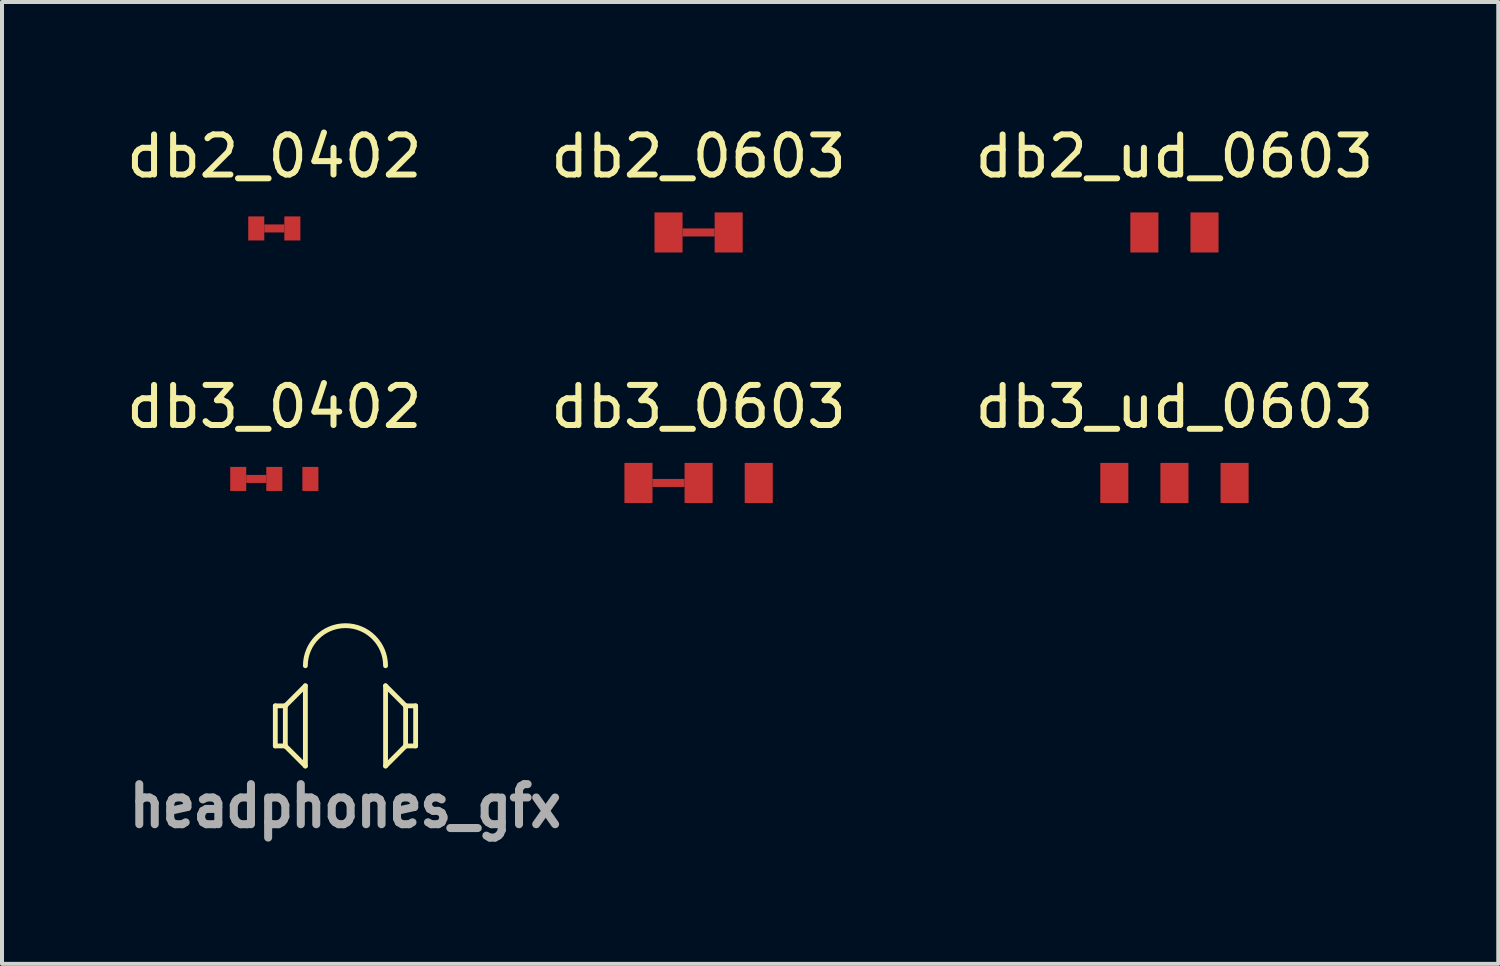
<source format=kicad_pcb>
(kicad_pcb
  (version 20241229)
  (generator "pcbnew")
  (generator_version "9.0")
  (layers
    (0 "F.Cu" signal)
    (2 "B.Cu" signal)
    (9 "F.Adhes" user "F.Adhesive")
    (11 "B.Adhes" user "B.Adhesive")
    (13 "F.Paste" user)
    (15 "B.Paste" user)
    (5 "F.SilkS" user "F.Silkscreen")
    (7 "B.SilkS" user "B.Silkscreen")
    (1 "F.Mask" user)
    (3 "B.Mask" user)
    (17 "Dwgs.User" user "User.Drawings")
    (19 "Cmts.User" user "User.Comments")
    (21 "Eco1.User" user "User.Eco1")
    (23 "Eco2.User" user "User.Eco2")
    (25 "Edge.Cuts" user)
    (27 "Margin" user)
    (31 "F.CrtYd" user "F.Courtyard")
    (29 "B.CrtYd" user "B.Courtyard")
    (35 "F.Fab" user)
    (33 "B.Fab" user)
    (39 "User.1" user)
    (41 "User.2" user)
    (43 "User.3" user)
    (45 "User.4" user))
  (footprint "db2_ud_0603"
    (layer "F.Cu")
    (at 26.244 2.748)
    (property "Reference" "db2_ud_0603" (at 0 -1.9 0) (layer "F.SilkS") (effects (font (size 1 1) (thickness 0.15))))
    (attr exclude_from_pos_files exclude_from_bom)
    (fp_poly (pts (xy 0.4 0.1) (xy -0.4 0.1) (xy -0.4 -0.1) (xy 0.4 -0.1)) (stroke (width 0.1) (type solid)) (fill yes) (layer "F.Mask"))
    (pad "1" smd rect (at -0.75 0) (size 0.7 1) (layers "F.Cu" "F.Mask"))
    (pad "2" smd rect (at 0.75 0) (size 0.7 1) (layers "F.Cu" "F.Mask")))
  (footprint "db2_0402"
    (layer "F.Cu")
    (at 3.792 2.648)
    (property "Reference" "db2_0402" (at 0 -1.8 0) (layer "F.SilkS") (effects (font (size 1 1) (thickness 0.15))))
    (attr exclude_from_pos_files exclude_from_bom)
    (pad "1" smd rect (at -0.45 0) (size 0.4 0.6) (layers "F.Cu" "F.Mask"))
    (pad "1" smd rect (at 0 0) (size 0.5 0.2) (layers "F.Cu" "F.Mask"))
    (pad "1" smd rect (at 0.45 0) (size 0.4 0.6) (layers "F.Cu" "F.Mask")))
  (footprint "db3_0402"
    (layer "F.Cu")
    (at 3.792 8.896)
    (property "Reference" "db3_0402" (at 0 -1.8 0) (layer "F.SilkS") (effects (font (size 1 1) (thickness 0.15))))
    (attr exclude_from_pos_files exclude_from_bom)
    (fp_poly (pts (xy 0.7 0.1) (xy 0.2 0.1) (xy 0.2 -0.1) (xy 0.7 -0.1)) (stroke (width 0.1) (type solid)) (fill yes) (layer "F.Mask"))
    (pad "1" smd rect (at -0.9 0) (size 0.4 0.6) (layers "F.Cu" "F.Mask"))
    (pad "1" smd rect (at -0.45 0) (size 0.5 0.2) (layers "F.Cu" "F.Mask"))
    (pad "1" smd rect (at 0 0) (size 0.4 0.6) (layers "F.Cu" "F.Mask"))
    (pad "2" smd rect (at 0.9 0) (size 0.4 0.6) (layers "F.Cu" "F.Mask")))
  (footprint "db2_0603"
    (layer "F.Cu")
    (at 14.375 2.748)
    (property "Reference" "db2_0603" (at 0 -1.9 0) (layer "F.SilkS") (effects (font (size 1 1) (thickness 0.15))))
    (attr exclude_from_pos_files exclude_from_bom)
    (pad "1" smd rect (at -0.75 0) (size 0.7 1) (layers "F.Cu" "F.Mask"))
    (pad "1" smd rect (at 0 0) (size 0.8 0.2) (layers "F.Cu" "F.Mask"))
    (pad "1" smd rect (at 0.75 0) (size 0.7 1) (layers "F.Cu" "F.Mask")))
  (footprint "headphones_gfx"
    (layer "F.Cu")
    (at 5.567 15.056)
    (property "Reference" "headphones_gfx" (at 0 2 0) (layer "F.Fab") (effects (font (size 1 0.9) (thickness 0.2))))
    (attr through_hole)
    (fp_line (start -1.75 -0.5) (end -1.75 0.5) (stroke (width 0.12) (type solid)) (layer "F.SilkS"))
    (fp_line (start -1.75 0.5) (end -1.5 0.5) (stroke (width 0.12) (type solid)) (layer "F.SilkS"))
    (fp_line (start -1.5 -0.5) (end -1.75 -0.5) (stroke (width 0.12) (type solid)) (layer "F.SilkS"))
    (fp_line (start -1.5 -0.5) (end -1.5 0.5) (stroke (width 0.12) (type solid)) (layer "F.SilkS"))
    (fp_line (start -1 -1) (end -1.5 -0.5) (stroke (width 0.12) (type solid)) (layer "F.SilkS"))
    (fp_line (start -1 -1) (end -1 1) (stroke (width 0.12) (type solid)) (layer "F.SilkS"))
    (fp_line (start -1 1) (end -1.5 0.5) (stroke (width 0.12) (type solid)) (layer "F.SilkS"))
    (fp_line (start 1 -1) (end 1.5 -0.5) (stroke (width 0.12) (type solid)) (layer "F.SilkS"))
    (fp_line (start 1 1) (end 1 -1) (stroke (width 0.12) (type solid)) (layer "F.SilkS"))
    (fp_line (start 1 1) (end 1.5 0.5) (stroke (width 0.12) (type solid)) (layer "F.SilkS"))
    (fp_line (start 1.5 0.5) (end 1.5 -0.5) (stroke (width 0.12) (type solid)) (layer "F.SilkS"))
    (fp_line (start 1.5 0.5) (end 1.75 0.5) (stroke (width 0.12) (type solid)) (layer "F.SilkS"))
    (fp_line (start 1.75 -0.5) (end 1.5 -0.5) (stroke (width 0.12) (type solid)) (layer "F.SilkS"))
    (fp_line (start 1.75 0.5) (end 1.75 -0.5) (stroke (width 0.12) (type solid)) (layer "F.SilkS"))
    (fp_arc (start -1 -1.5) (mid 0 -2.5) (end 1 -1.5) (stroke (width 0.12) (type solid)) (layer "F.SilkS")))
  (footprint "db3_ud_0603"
    (layer "F.Cu")
    (at 26.244 8.996)
    (property "Reference" "db3_ud_0603" (at 0 -1.9 0) (layer "F.SilkS") (effects (font (size 1 1) (thickness 0.15))))
    (attr exclude_from_pos_files exclude_from_bom)
    (fp_poly (pts (xy -0.3 0.1) (xy -1.2 0.1) (xy -1.2 -0.1) (xy -0.3 -0.1)) (stroke (width 0.1) (type solid)) (fill yes) (layer "F.Mask"))
    (fp_poly (pts (xy 1.2 0.1) (xy 0.3 0.1) (xy 0.3 -0.1) (xy 1.2 -0.1)) (stroke (width 0.1) (type solid)) (fill yes) (layer "F.Mask"))
    (pad "1" smd rect (at -1.5 0) (size 0.7 1) (layers "F.Cu" "F.Mask"))
    (pad "2" smd rect (at 0 0) (size 0.7 1) (layers "F.Cu" "F.Mask"))
    (pad "3" smd rect (at 1.5 0) (size 0.7 1) (layers "F.Cu" "F.Mask")))
  (footprint "db3_0603"
    (layer "F.Cu")
    (at 14.375 8.996)
    (property "Reference" "db3_0603" (at 0 -1.9 0) (layer "F.SilkS") (effects (font (size 1 1) (thickness 0.15))))
    (attr exclude_from_pos_files exclude_from_bom)
    (fp_poly (pts (xy 1.2 0.1) (xy 0.3 0.1) (xy 0.3 -0.1) (xy 1.2 -0.1)) (stroke (width 0.1) (type solid)) (fill yes) (layer "F.Mask"))
    (pad "1" smd rect (at -1.5 0) (size 0.7 1) (layers "F.Cu" "F.Mask"))
    (pad "1" smd rect (at -0.75 0) (size 0.8 0.2) (layers "F.Cu" "F.Mask"))
    (pad "1" smd rect (at 0 0) (size 0.7 1) (layers "F.Cu" "F.Mask"))
    (pad "2" smd rect (at 1.5 0) (size 0.7 1) (layers "F.Cu" "F.Mask")))
  (gr_rect
    (start -3 -3)
    (end 34.321 20.992)
    (stroke (width 0.1) (type default))
    (fill no)
    (layer "Edge.Cuts")))
</source>
